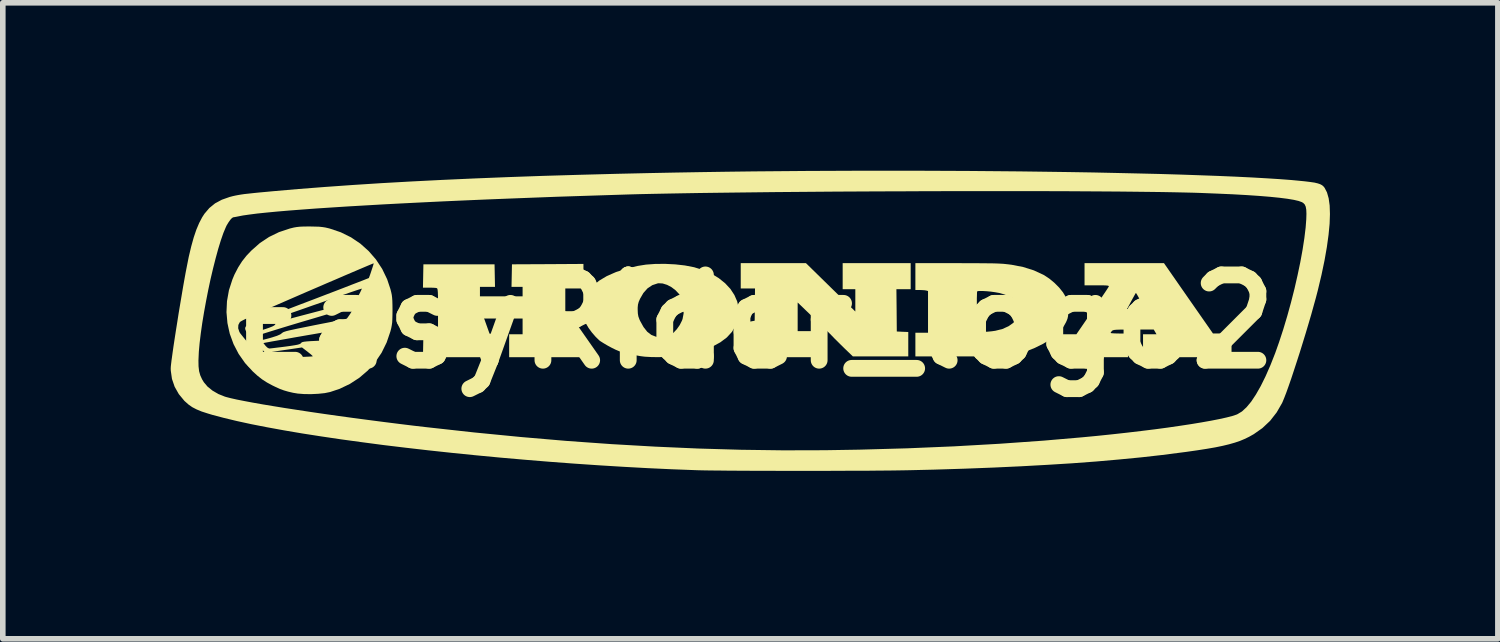
<source format=kicad_pcb>
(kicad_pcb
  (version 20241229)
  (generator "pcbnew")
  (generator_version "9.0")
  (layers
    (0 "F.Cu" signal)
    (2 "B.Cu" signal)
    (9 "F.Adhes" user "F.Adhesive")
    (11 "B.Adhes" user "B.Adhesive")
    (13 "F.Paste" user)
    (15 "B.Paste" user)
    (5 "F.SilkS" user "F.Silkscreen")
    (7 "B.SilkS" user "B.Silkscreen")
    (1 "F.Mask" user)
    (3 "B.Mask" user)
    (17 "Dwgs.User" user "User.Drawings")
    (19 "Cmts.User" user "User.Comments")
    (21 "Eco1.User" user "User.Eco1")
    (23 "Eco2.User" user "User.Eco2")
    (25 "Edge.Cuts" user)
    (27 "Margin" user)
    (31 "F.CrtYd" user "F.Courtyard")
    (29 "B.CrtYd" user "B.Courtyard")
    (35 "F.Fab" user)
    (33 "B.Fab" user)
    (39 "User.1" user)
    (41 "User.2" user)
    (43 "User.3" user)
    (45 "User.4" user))
  (footprint "EasyRider_logo2"
    (layer "F.Cu")
    (at 10.423 2.696)
    (property "Reference" "EasyRider_logo2" (at 0 0 0) (layer "F.SilkS") (effects (font (size 1.524 1.524) (thickness 0.3))))
    (attr board_only exclude_from_pos_files exclude_from_bom)
    (fp_poly (pts (xy 1.366 -0.613) (xy 1.807 -0.181) (xy 1.807 -0.579) (xy 1.581 -0.579) (xy 1.581 -1.045) (xy 2.796 -1.045) (xy 2.796 -0.579) (xy 2.541 -0.579) (xy 2.545 -0.201) (xy 2.548 0.176) (xy 2.651 0.181) (xy 2.753 0.185) (xy 2.753 0.621) (xy 1.763 0.621) (xy 1.613 0.477) (xy 1.552 0.417) (xy 1.49 0.355) (xy 1.434 0.3) (xy 1.391 0.255) (xy 1.385 0.249) (xy 1.353 0.216) (xy 1.304 0.168) (xy 1.242 0.107) (xy 1.172 0.038) (xy 1.096 -0.035) (xy 1.041 -0.088) (xy 0.777 -0.342) (xy 0.777 0.169) (xy 1.031 0.169) (xy 1.031 0.635) (xy -0.254 0.635) (xy -0.254 0.185) (xy -0.124 0.181) (xy 0.007 0.176) (xy 0.011 -0.208) (xy 0.015 -0.593) (xy -0.24 -0.593) (xy -0.24 -1.045) (xy 0.925 -1.045)) (stroke (width 0) (type solid)) (fill yes) (layer "F.SilkS"))
    (fp_poly (pts (xy -3.05 -0.593) (xy -3.374 -0.593) (xy -3.374 0.212) (xy -3.244 0.212) (xy -3.17 0.212) (xy -3.118 0.214) (xy -3.083 0.222) (xy -3.063 0.24) (xy -3.053 0.273) (xy -3.05 0.324) (xy -3.05 0.398) (xy -3.05 0.432) (xy -3.05 0.635) (xy -4.377 0.635) (xy -4.377 0.226) (xy -4.137 0.226) (xy -4.137 -0.056) (xy -4.899 -0.056) (xy -4.899 0.211) (xy -4.769 0.215) (xy -4.638 0.219) (xy -4.634 0.427) (xy -4.63 0.635) (xy -5.917 0.635) (xy -5.913 0.427) (xy -5.909 0.219) (xy -5.778 0.215) (xy -5.648 0.211) (xy -5.648 -0.19) (xy -5.648 -0.308) (xy -5.648 -0.401) (xy -5.649 -0.471) (xy -5.651 -0.523) (xy -5.654 -0.558) (xy -5.658 -0.581) (xy -5.663 -0.593) (xy -5.67 -0.598) (xy -5.67 -0.599) (xy -5.694 -0.603) (xy -5.738 -0.606) (xy -5.793 -0.607) (xy -5.804 -0.607) (xy -5.917 -0.607) (xy -5.913 -0.815) (xy -5.909 -1.024) (xy -4.638 -1.024) (xy -4.634 -0.822) (xy -4.63 -0.621) (xy -4.899 -0.621) (xy -4.899 -0.452) (xy -4.137 -0.452) (xy -4.137 -0.621) (xy -4.335 -0.621) (xy -4.331 -0.822) (xy -4.327 -1.024) (xy -3.689 -1.027) (xy -3.05 -1.031)) (stroke (width 0) (type solid)) (fill yes) (layer "F.SilkS"))
    (fp_poly (pts (xy 6.611 -1.045) (xy 7.321 -1.045) (xy 7.758 -0.417) (xy 8.196 0.211) (xy 8.362 0.212) (xy 8.528 0.212) (xy 8.528 0.635) (xy 6.947 0.635) (xy 6.947 0.226) (xy 7.188 0.226) (xy 7.138 0.141) (xy 6.776 0.141) (xy 6.665 0.141) (xy 6.579 0.142) (xy 6.514 0.143) (xy 6.467 0.145) (xy 6.435 0.148) (xy 6.414 0.153) (xy 6.4 0.159) (xy 6.391 0.167) (xy 6.391 0.167) (xy 6.373 0.19) (xy 6.368 0.202) (xy 6.381 0.206) (xy 6.417 0.209) (xy 6.469 0.211) (xy 6.523 0.212) (xy 6.678 0.212) (xy 6.678 0.635) (xy 6.088 0.635) (xy 5.961 0.635) (xy 5.843 0.635) (xy 5.738 0.634) (xy 5.647 0.632) (xy 5.573 0.631) (xy 5.521 0.629) (xy 5.492 0.627) (xy 5.488 0.626) (xy 5.484 0.609) (xy 5.481 0.569) (xy 5.479 0.512) (xy 5.478 0.443) (xy 5.478 0.421) (xy 5.478 0.226) (xy 5.756 0.226) (xy 6.044 -0.194) (xy 6.066 -0.226) (xy 6.662 -0.226) (xy 6.811 -0.226) (xy 6.872 -0.227) (xy 6.921 -0.228) (xy 6.953 -0.231) (xy 6.961 -0.233) (xy 6.955 -0.252) (xy 6.94 -0.289) (xy 6.918 -0.335) (xy 6.893 -0.386) (xy 6.867 -0.435) (xy 6.844 -0.476) (xy 6.827 -0.504) (xy 6.819 -0.512) (xy 6.808 -0.496) (xy 6.788 -0.46) (xy 6.761 -0.411) (xy 6.735 -0.364) (xy 6.662 -0.226) (xy 6.066 -0.226) (xy 6.11 -0.291) (xy 6.172 -0.381) (xy 6.226 -0.461) (xy 6.272 -0.529) (xy 6.307 -0.582) (xy 6.329 -0.617) (xy 6.337 -0.631) (xy 6.333 -0.638) (xy 6.314 -0.644) (xy 6.278 -0.647) (xy 6.221 -0.649) (xy 6.139 -0.649) (xy 6.122 -0.649) (xy 5.902 -0.649) (xy 5.902 -1.045)) (stroke (width 0) (type solid)) (fill yes) (layer "F.SilkS"))
    (fp_poly (pts (xy 3.639 -1.045) (xy 3.809 -1.044) (xy 3.954 -1.044) (xy 4.076 -1.043) (xy 4.179 -1.042) (xy 4.265 -1.041) (xy 4.337 -1.039) (xy 4.398 -1.036) (xy 4.451 -1.033) (xy 4.499 -1.028) (xy 4.544 -1.023) (xy 4.59 -1.017) (xy 4.594 -1.017) (xy 4.805 -0.976) (xy 4.996 -0.916) (xy 5.167 -0.837) (xy 5.18 -0.83) (xy 5.272 -0.769) (xy 5.363 -0.694) (xy 5.447 -0.61) (xy 5.516 -0.524) (xy 5.564 -0.445) (xy 5.587 -0.396) (xy 5.601 -0.356) (xy 5.609 -0.315) (xy 5.612 -0.264) (xy 5.612 -0.212) (xy 5.611 -0.145) (xy 5.607 -0.097) (xy 5.598 -0.056) (xy 5.582 -0.014) (xy 5.568 0.016) (xy 5.518 0.104) (xy 5.456 0.183) (xy 5.377 0.256) (xy 5.278 0.327) (xy 5.155 0.399) (xy 5.153 0.4) (xy 5.014 0.469) (xy 4.884 0.521) (xy 4.752 0.56) (xy 4.608 0.588) (xy 4.572 0.593) (xy 4.525 0.599) (xy 4.478 0.605) (xy 4.431 0.609) (xy 4.378 0.613) (xy 4.318 0.615) (xy 4.248 0.618) (xy 4.164 0.619) (xy 4.064 0.62) (xy 3.945 0.621) (xy 3.803 0.621) (xy 3.636 0.621) (xy 2.88 0.621) (xy 2.88 0.198) (xy 3.106 0.198) (xy 3.106 -0.34) (xy 3.978 -0.34) (xy 3.978 -0.249) (xy 3.978 -0.171) (xy 3.982 0.184) (xy 4.091 0.183) (xy 4.164 0.18) (xy 4.246 0.172) (xy 4.309 0.163) (xy 4.436 0.131) (xy 4.544 0.082) (xy 4.633 0.019) (xy 4.699 -0.057) (xy 4.717 -0.088) (xy 4.74 -0.162) (xy 4.738 -0.24) (xy 4.714 -0.315) (xy 4.667 -0.382) (xy 4.657 -0.391) (xy 4.608 -0.426) (xy 4.539 -0.46) (xy 4.457 -0.49) (xy 4.371 -0.514) (xy 4.367 -0.514) (xy 4.301 -0.526) (xy 4.23 -0.536) (xy 4.158 -0.543) (xy 4.091 -0.547) (xy 4.036 -0.548) (xy 3.998 -0.546) (xy 3.984 -0.54) (xy 3.981 -0.522) (xy 3.98 -0.48) (xy 3.978 -0.418) (xy 3.978 -0.34) (xy 3.106 -0.34) (xy 3.106 -0.547) (xy 3.074 -0.556) (xy 3.043 -0.561) (xy 2.995 -0.564) (xy 2.961 -0.565) (xy 2.88 -0.565) (xy 2.88 -1.045)) (stroke (width 0) (type solid)) (fill yes) (layer "F.SilkS"))
    (fp_poly (pts (xy -1.409 -1.023) (xy -1.239 -1.004) (xy -1.083 -0.974) (xy -1.073 -0.972) (xy -0.911 -0.922) (xy -0.763 -0.856) (xy -0.632 -0.777) (xy -0.519 -0.686) (xy -0.425 -0.585) (xy -0.353 -0.475) (xy -0.303 -0.36) (xy -0.277 -0.24) (xy -0.277 -0.117) (xy -0.289 -0.05) (xy -0.331 0.072) (xy -0.397 0.183) (xy -0.488 0.282) (xy -0.604 0.369) (xy -0.745 0.446) (xy -0.912 0.513) (xy -1.104 0.568) (xy -1.291 0.607) (xy -1.374 0.619) (xy -1.478 0.627) (xy -1.593 0.632) (xy -1.714 0.634) (xy -1.83 0.633) (xy -1.936 0.627) (xy -1.955 0.626) (xy -2.026 0.617) (xy -2.111 0.602) (xy -2.201 0.584) (xy -2.289 0.564) (xy -2.364 0.544) (xy -2.412 0.528) (xy -2.474 0.502) (xy -2.547 0.466) (xy -2.623 0.425) (xy -2.692 0.384) (xy -2.749 0.348) (xy -2.771 0.331) (xy -2.833 0.27) (xy -2.899 0.194) (xy -2.959 0.112) (xy -3.004 0.035) (xy -3.027 -0.012) (xy -3.042 -0.05) (xy -3.05 -0.087) (xy -3.054 -0.133) (xy -3.055 -0.198) (xy -3.055 -0.205) (xy -3.054 -0.212) (xy -2.081 -0.212) (xy -2.078 -0.146) (xy -2.069 -0.093) (xy -2.049 -0.038) (xy -2.038 -0.014) (xy -1.977 0.096) (xy -1.911 0.18) (xy -1.837 0.237) (xy -1.755 0.269) (xy -1.663 0.278) (xy -1.648 0.277) (xy -1.583 0.266) (xy -1.518 0.246) (xy -1.5 0.238) (xy -1.44 0.197) (xy -1.382 0.135) (xy -1.33 0.061) (xy -1.29 -0.018) (xy -1.279 -0.048) (xy -1.261 -0.143) (xy -1.26 -0.248) (xy -1.275 -0.35) (xy -1.299 -0.42) (xy -1.342 -0.493) (xy -1.403 -0.559) (xy -1.476 -0.615) (xy -1.555 -0.657) (xy -1.635 -0.682) (xy -1.709 -0.686) (xy -1.722 -0.684) (xy -1.819 -0.652) (xy -1.905 -0.595) (xy -1.979 -0.512) (xy -2.038 -0.41) (xy -2.063 -0.353) (xy -2.076 -0.304) (xy -2.081 -0.25) (xy -2.081 -0.212) (xy -3.054 -0.212) (xy -3.053 -0.281) (xy -3.048 -0.338) (xy -3.037 -0.387) (xy -3.022 -0.428) (xy -2.964 -0.54) (xy -2.879 -0.641) (xy -2.768 -0.733) (xy -2.631 -0.815) (xy -2.468 -0.886) (xy -2.279 -0.948) (xy -2.083 -0.995) (xy -1.932 -1.019) (xy -1.765 -1.031) (xy -1.588 -1.032)) (stroke (width 0) (type solid)) (fill yes) (layer "F.SilkS"))
    (fp_poly (pts (xy -7.935 -1.7) (xy -7.844 -1.698) (xy -7.773 -1.696) (xy -7.715 -1.69) (xy -7.662 -1.682) (xy -7.606 -1.669) (xy -7.579 -1.662) (xy -7.384 -1.596) (xy -7.202 -1.506) (xy -7.036 -1.394) (xy -6.887 -1.261) (xy -6.756 -1.11) (xy -6.645 -0.941) (xy -6.557 -0.758) (xy -6.498 -0.581) (xy -6.484 -0.526) (xy -6.474 -0.478) (xy -6.468 -0.429) (xy -6.464 -0.373) (xy -6.462 -0.302) (xy -6.461 -0.211) (xy -6.461 -0.205) (xy -6.462 -0.112) (xy -6.464 -0.041) (xy -6.467 0.016) (xy -6.474 0.065) (xy -6.483 0.114) (xy -6.497 0.169) (xy -6.499 0.176) (xy -6.566 0.373) (xy -6.656 0.556) (xy -6.769 0.723) (xy -6.902 0.873) (xy -7.054 1.003) (xy -7.223 1.113) (xy -7.407 1.201) (xy -7.575 1.257) (xy -7.672 1.277) (xy -7.788 1.289) (xy -7.913 1.295) (xy -8.037 1.294) (xy -8.153 1.285) (xy -8.238 1.271) (xy -8.327 1.25) (xy -8.402 1.228) (xy -8.473 1.202) (xy -8.552 1.166) (xy -8.606 1.14) (xy -8.704 1.087) (xy -8.791 1.031) (xy -8.876 0.964) (xy -8.957 0.89) (xy -9.095 0.74) (xy -9.21 0.576) (xy -9.301 0.401) (xy -9.368 0.217) (xy -9.39 0.119) (xy -9.218 0.119) (xy -9.197 0.182) (xy -9.184 0.205) (xy -9.162 0.233) (xy -9.126 0.278) (xy -9.08 0.334) (xy -9.026 0.398) (xy -8.984 0.447) (xy -8.82 0.635) (xy -8.666 0.635) (xy -8.728 0.566) (xy -8.748 0.544) (xy -8.624 0.544) (xy -8.618 0.556) (xy -8.599 0.581) (xy -8.587 0.595) (xy -8.545 0.642) (xy -8.219 0.634) (xy -8.126 0.631) (xy -8.042 0.629) (xy -7.973 0.626) (xy -7.921 0.623) (xy -7.892 0.621) (xy -7.886 0.619) (xy -7.893 0.609) (xy -7.919 0.585) (xy -7.958 0.554) (xy -7.979 0.537) (xy -8.078 0.461) (xy -8.349 0.501) (xy -8.433 0.513) (xy -8.507 0.524) (xy -8.566 0.534) (xy -8.606 0.54) (xy -8.624 0.544) (xy -8.624 0.544) (xy -8.748 0.544) (xy -8.759 0.531) (xy -8.805 0.48) (xy -8.859 0.421) (xy -8.894 0.383) (xy -8.767 0.383) (xy -8.729 0.432) (xy -8.699 0.462) (xy -8.67 0.478) (xy -8.662 0.48) (xy -8.639 0.478) (xy -8.594 0.473) (xy -8.53 0.465) (xy -8.454 0.456) (xy -8.375 0.446) (xy -8.281 0.433) (xy -8.211 0.422) (xy -8.162 0.413) (xy -8.129 0.404) (xy -8.108 0.395) (xy -8.097 0.385) (xy -8.096 0.384) (xy -8.085 0.372) (xy -8.066 0.364) (xy -8.036 0.358) (xy -7.989 0.353) (xy -7.92 0.348) (xy -7.896 0.347) (xy -7.794 0.342) (xy -7.716 0.337) (xy -7.658 0.332) (xy -7.615 0.325) (xy -7.585 0.315) (xy -7.563 0.301) (xy -7.544 0.282) (xy -7.525 0.257) (xy -7.513 0.239) (xy -7.484 0.194) (xy -7.47 0.166) (xy -7.473 0.155) (xy -7.49 0.158) (xy -7.531 0.164) (xy -7.593 0.175) (xy -7.672 0.188) (xy -7.765 0.205) (xy -7.869 0.223) (xy -7.981 0.242) (xy -8.095 0.262) (xy -8.211 0.282) (xy -8.322 0.302) (xy -8.428 0.321) (xy -8.523 0.338) (xy -8.604 0.352) (xy -8.669 0.364) (xy -8.713 0.372) (xy -8.729 0.375) (xy -8.767 0.383) (xy -8.894 0.383) (xy -8.917 0.358) (xy -8.941 0.332) (xy -9.001 0.266) (xy -9.008 0.258) (xy -8.845 0.258) (xy -8.831 0.284) (xy -8.809 0.309) (xy -8.786 0.323) (xy -8.78 0.324) (xy -8.758 0.321) (xy -8.715 0.31) (xy -8.659 0.295) (xy -8.611 0.281) (xy -8.524 0.253) (xy -8.465 0.227) (xy -8.436 0.205) (xy -8.426 0.197) (xy -8.411 0.188) (xy -8.387 0.179) (xy -8.352 0.168) (xy -8.303 0.156) (xy -8.238 0.142) (xy -8.155 0.124) (xy -8.05 0.103) (xy -7.921 0.077) (xy -7.857 0.064) (xy -7.736 0.04) (xy -7.622 0.018) (xy -7.52 -0.002) (xy -7.433 -0.02) (xy -7.363 -0.034) (xy -7.313 -0.044) (xy -7.287 -0.05) (xy -7.285 -0.05) (xy -7.27 -0.063) (xy -7.248 -0.094) (xy -7.22 -0.134) (xy -7.193 -0.178) (xy -7.17 -0.219) (xy -7.154 -0.25) (xy -7.151 -0.266) (xy -7.151 -0.266) (xy -7.152 -0.267) (xy -7.153 -0.268) (xy -7.158 -0.267) (xy -7.167 -0.266) (xy -7.182 -0.262) (xy -7.206 -0.255) (xy -7.24 -0.246) (xy -7.286 -0.232) (xy -7.347 -0.214) (xy -7.424 -0.192) (xy -7.519 -0.163) (xy -7.634 -0.129) (xy -7.771 -0.088) (xy -7.932 -0.04) (xy -8.041 -0.008) (xy -8.185 0.035) (xy -8.321 0.076) (xy -8.446 0.114) (xy -8.559 0.149) (xy -8.656 0.179) (xy -8.736 0.204) (xy -8.795 0.223) (xy -8.832 0.235) (xy -8.844 0.24) (xy -8.845 0.258) (xy -9.008 0.258) (xy -9.044 0.216) (xy -9.072 0.179) (xy -9.087 0.151) (xy -9.092 0.13) (xy -9.093 0.127) (xy -9.091 0.106) (xy -9.089 0.101) (xy -9.008 0.101) (xy -8.97 0.15) (xy -8.944 0.179) (xy -8.923 0.193) (xy -8.917 0.193) (xy -8.899 0.187) (xy -8.859 0.174) (xy -8.804 0.155) (xy -8.739 0.134) (xy -8.734 0.133) (xy -8.66 0.107) (xy -8.609 0.087) (xy -8.577 0.07) (xy -8.559 0.055) (xy -8.555 0.047) (xy -8.553 0.039) (xy -8.551 0.033) (xy -8.547 0.027) (xy -8.538 0.021) (xy -8.524 0.015) (xy -8.501 0.006) (xy -8.468 -0.004) (xy -8.422 -0.018) (xy -8.361 -0.034) (xy -8.284 -0.055) (xy -8.187 -0.081) (xy -8.07 -0.112) (xy -7.929 -0.149) (xy -7.781 -0.188) (xy -7.126 -0.36) (xy -7.065 -0.472) (xy -7.039 -0.522) (xy -7.02 -0.562) (xy -7.01 -0.586) (xy -7.01 -0.59) (xy -7.023 -0.586) (xy -7.062 -0.574) (xy -7.122 -0.554) (xy -7.202 -0.527) (xy -7.3 -0.493) (xy -7.413 -0.454) (xy -7.54 -0.41) (xy -7.677 -0.362) (xy -7.823 -0.311) (xy -7.867 -0.296) (xy -8.02 -0.242) (xy -8.168 -0.19) (xy -8.31 -0.141) (xy -8.442 -0.094) (xy -8.562 -0.053) (xy -8.666 -0.016) (xy -8.752 0.014) (xy -8.818 0.037) (xy -8.86 0.051) (xy -8.863 0.052) (xy -9.008 0.101) (xy -9.089 0.101) (xy -9.083 0.088) (xy -9.065 0.071) (xy -9.035 0.052) (xy -8.988 0.031) (xy -8.921 0.004) (xy -8.846 -0.026) (xy -8.777 -0.052) (xy -8.688 -0.086) (xy -8.588 -0.124) (xy -8.481 -0.165) (xy -8.377 -0.205) (xy -8.344 -0.217) (xy -8.099 -0.311) (xy -7.875 -0.396) (xy -7.672 -0.474) (xy -7.491 -0.543) (xy -7.333 -0.604) (xy -7.197 -0.657) (xy -7.085 -0.7) (xy -6.997 -0.734) (xy -6.934 -0.759) (xy -6.896 -0.774) (xy -6.884 -0.779) (xy -6.877 -0.796) (xy -6.864 -0.831) (xy -6.848 -0.878) (xy -6.831 -0.93) (xy -6.815 -0.978) (xy -6.803 -1.017) (xy -6.798 -1.039) (xy -6.798 -1.042) (xy -6.811 -1.037) (xy -6.848 -1.022) (xy -6.908 -0.997) (xy -6.988 -0.963) (xy -7.087 -0.921) (xy -7.202 -0.872) (xy -7.333 -0.816) (xy -7.476 -0.754) (xy -7.631 -0.688) (xy -7.795 -0.617) (xy -7.967 -0.543) (xy -7.979 -0.538) (xy -8.202 -0.441) (xy -8.4 -0.355) (xy -8.574 -0.279) (xy -8.724 -0.213) (xy -8.851 -0.156) (xy -8.957 -0.108) (xy -9.042 -0.069) (xy -9.107 -0.038) (xy -9.152 -0.015) (xy -9.179 0.001) (xy -9.188 0.008) (xy -9.215 0.059) (xy -9.218 0.119) (xy -9.39 0.119) (xy -9.41 0.025) (xy -9.427 -0.17) (xy -9.418 -0.366) (xy -9.383 -0.562) (xy -9.321 -0.754) (xy -9.284 -0.842) (xy -9.218 -0.969) (xy -9.148 -1.079) (xy -9.067 -1.181) (xy -8.981 -1.271) (xy -8.829 -1.405) (xy -8.666 -1.513) (xy -8.489 -1.599) (xy -8.294 -1.664) (xy -8.281 -1.667) (xy -8.225 -1.681) (xy -8.173 -1.69) (xy -8.118 -1.696) (xy -8.053 -1.699) (xy -7.969 -1.7)) (stroke (width 0) (type solid)) (fill yes) (layer "F.SilkS"))
    (fp_poly (pts (xy 2.877 -2.696) (xy 3.352 -2.694) (xy 3.823 -2.692) (xy 4.288 -2.688) (xy 4.745 -2.684) (xy 5.192 -2.678) (xy 5.63 -2.672) (xy 6.056 -2.665) (xy 6.469 -2.656) (xy 6.867 -2.647) (xy 7.25 -2.638) (xy 7.616 -2.627) (xy 7.964 -2.615) (xy 8.293 -2.603) (xy 8.6 -2.59) (xy 8.886 -2.576) (xy 9.148 -2.561) (xy 9.385 -2.546) (xy 9.596 -2.53) (xy 9.713 -2.519) (xy 9.835 -2.507) (xy 9.933 -2.495) (xy 10.009 -2.484) (xy 10.068 -2.47) (xy 10.112 -2.455) (xy 10.146 -2.437) (xy 10.172 -2.414) (xy 10.191 -2.39) (xy 10.233 -2.309) (xy 10.263 -2.204) (xy 10.281 -2.075) (xy 10.286 -1.922) (xy 10.28 -1.747) (xy 10.261 -1.55) (xy 10.231 -1.332) (xy 10.189 -1.093) (xy 10.135 -0.835) (xy 10.069 -0.558) (xy 10.067 -0.55) (xy 10.033 -0.42) (xy 9.993 -0.276) (xy 9.95 -0.121) (xy 9.902 0.042) (xy 9.852 0.21) (xy 9.8 0.379) (xy 9.748 0.547) (xy 9.695 0.711) (xy 9.644 0.867) (xy 9.596 1.013) (xy 9.55 1.145) (xy 9.509 1.26) (xy 9.472 1.356) (xy 9.442 1.429) (xy 9.431 1.454) (xy 9.334 1.622) (xy 9.217 1.772) (xy 9.079 1.902) (xy 8.921 2.013) (xy 8.916 2.015) (xy 8.84 2.058) (xy 8.761 2.096) (xy 8.678 2.131) (xy 8.586 2.162) (xy 8.484 2.191) (xy 8.368 2.219) (xy 8.237 2.246) (xy 8.086 2.272) (xy 7.913 2.299) (xy 7.717 2.327) (xy 7.647 2.336) (xy 7.29 2.382) (xy 6.917 2.424) (xy 6.526 2.462) (xy 6.117 2.498) (xy 5.689 2.53) (xy 5.239 2.558) (xy 4.768 2.584) (xy 4.273 2.607) (xy 3.754 2.627) (xy 3.208 2.644) (xy 2.781 2.654) (xy 2.676 2.656) (xy 2.548 2.658) (xy 2.399 2.66) (xy 2.232 2.661) (xy 2.05 2.663) (xy 1.854 2.664) (xy 1.647 2.664) (xy 1.432 2.665) (xy 1.211 2.666) (xy 0.987 2.666) (xy 0.762 2.666) (xy 0.539 2.666) (xy 0.32 2.665) (xy 0.107 2.665) (xy -0.097 2.664) (xy -0.289 2.663) (xy -0.468 2.662) (xy -0.63 2.66) (xy -0.773 2.659) (xy -0.895 2.657) (xy -0.993 2.655) (xy -1.052 2.653) (xy -1.476 2.637) (xy -1.906 2.617) (xy -2.341 2.593) (xy -2.78 2.566) (xy -3.22 2.536) (xy -3.66 2.503) (xy -4.099 2.467) (xy -4.535 2.429) (xy -4.967 2.388) (xy -5.393 2.345) (xy -5.811 2.3) (xy -6.22 2.253) (xy -6.619 2.205) (xy -7.005 2.154) (xy -7.378 2.103) (xy -7.736 2.05) (xy -8.076 1.997) (xy -8.399 1.942) (xy -8.701 1.887) (xy -8.982 1.832) (xy -9.24 1.776) (xy -9.473 1.72) (xy -9.681 1.665) (xy -9.754 1.643) (xy -9.869 1.606) (xy -9.961 1.568) (xy -10.038 1.528) (xy -10.104 1.482) (xy -10.167 1.426) (xy -10.18 1.414) (xy -10.279 1.294) (xy -10.353 1.163) (xy -10.401 1.023) (xy -10.422 0.875) (xy -10.423 0.834) (xy -10.421 0.797) (xy -10.414 0.736) (xy -10.409 0.693) (xy -9.928 0.693) (xy -9.926 0.799) (xy -9.916 0.886) (xy -9.895 0.96) (xy -9.863 1.03) (xy -9.831 1.083) (xy -9.765 1.161) (xy -9.677 1.232) (xy -9.572 1.293) (xy -9.455 1.34) (xy -9.431 1.347) (xy -9.349 1.368) (xy -9.242 1.392) (xy -9.11 1.418) (xy -8.956 1.447) (xy -8.781 1.478) (xy -8.588 1.51) (xy -8.379 1.544) (xy -8.156 1.578) (xy -7.92 1.614) (xy -7.673 1.65) (xy -7.418 1.686) (xy -7.156 1.722) (xy -6.89 1.757) (xy -6.621 1.792) (xy -6.351 1.826) (xy -6.082 1.859) (xy -5.866 1.884) (xy -5.006 1.979) (xy -4.168 2.061) (xy -3.351 2.131) (xy -2.551 2.188) (xy -1.767 2.233) (xy -0.996 2.267) (xy -0.235 2.289) (xy 0.517 2.299) (xy 1.264 2.297) (xy 1.878 2.287) (xy 2.736 2.263) (xy 3.569 2.228) (xy 4.379 2.182) (xy 5.168 2.126) (xy 5.852 2.067) (xy 6.125 2.041) (xy 6.394 2.013) (xy 6.656 1.984) (xy 6.91 1.954) (xy 7.154 1.924) (xy 7.386 1.893) (xy 7.606 1.861) (xy 7.81 1.83) (xy 7.997 1.799) (xy 8.165 1.769) (xy 8.313 1.74) (xy 8.439 1.712) (xy 8.54 1.686) (xy 8.616 1.661) (xy 8.636 1.652) (xy 8.715 1.604) (xy 8.796 1.529) (xy 8.88 1.428) (xy 8.964 1.301) (xy 9.05 1.15) (xy 9.136 0.976) (xy 9.222 0.78) (xy 9.308 0.562) (xy 9.377 0.367) (xy 9.452 0.138) (xy 9.523 -0.099) (xy 9.59 -0.342) (xy 9.652 -0.586) (xy 9.707 -0.827) (xy 9.756 -1.06) (xy 9.797 -1.284) (xy 9.829 -1.492) (xy 9.852 -1.682) (xy 9.863 -1.828) (xy 9.866 -1.926) (xy 9.863 -2) (xy 9.853 -2.055) (xy 9.835 -2.094) (xy 9.808 -2.121) (xy 9.784 -2.135) (xy 9.726 -2.156) (xy 9.64 -2.176) (xy 9.526 -2.195) (xy 9.385 -2.213) (xy 9.217 -2.23) (xy 9.022 -2.246) (xy 8.8 -2.261) (xy 8.552 -2.275) (xy 8.278 -2.287) (xy 7.978 -2.299) (xy 7.857 -2.303) (xy 7.694 -2.307) (xy 7.505 -2.311) (xy 7.291 -2.315) (xy 7.053 -2.318) (xy 6.794 -2.321) (xy 6.515 -2.324) (xy 6.218 -2.326) (xy 5.905 -2.328) (xy 5.576 -2.33) (xy 5.234 -2.331) (xy 4.881 -2.331) (xy 4.518 -2.332) (xy 4.147 -2.332) (xy 3.769 -2.331) (xy 3.386 -2.331) (xy 3 -2.33) (xy 2.613 -2.328) (xy 2.226 -2.327) (xy 1.841 -2.325) (xy 1.459 -2.323) (xy 1.082 -2.32) (xy 0.712 -2.317) (xy 0.351 -2.314) (xy -0.000216 -2.31) (xy -0.339 -2.306) (xy -0.665 -2.302) (xy -0.976 -2.298) (xy -1.269 -2.293) (xy -1.545 -2.288) (xy -1.8 -2.283) (xy -2.033 -2.278) (xy -2.217 -2.273) (xy -2.658 -2.259) (xy -3.094 -2.245) (xy -3.525 -2.231) (xy -3.948 -2.215) (xy -4.363 -2.199) (xy -4.769 -2.183) (xy -5.164 -2.166) (xy -5.548 -2.149) (xy -5.92 -2.131) (xy -6.278 -2.113) (xy -6.621 -2.095) (xy -6.949 -2.076) (xy -7.26 -2.058) (xy -7.554 -2.039) (xy -7.828 -2.021) (xy -8.083 -2.002) (xy -8.316 -1.984) (xy -8.528 -1.966) (xy -8.716 -1.948) (xy -8.88 -1.931) (xy -9.019 -1.913) (xy -9.131 -1.897) (xy -9.198 -1.884) (xy -9.248 -1.874) (xy -9.287 -1.867) (xy -9.306 -1.864) (xy -9.306 -1.864) (xy -9.328 -1.852) (xy -9.358 -1.82) (xy -9.39 -1.775) (xy -9.423 -1.721) (xy -9.439 -1.687) (xy -9.483 -1.582) (xy -9.528 -1.452) (xy -9.574 -1.302) (xy -9.62 -1.134) (xy -9.666 -0.953) (xy -9.711 -0.762) (xy -9.753 -0.565) (xy -9.792 -0.366) (xy -9.828 -0.168) (xy -9.86 0.026) (xy -9.886 0.21) (xy -9.907 0.383) (xy -9.921 0.539) (xy -9.927 0.676) (xy -9.928 0.693) (xy -10.409 0.693) (xy -10.403 0.652) (xy -10.389 0.549) (xy -10.372 0.431) (xy -10.352 0.299) (xy -10.33 0.157) (xy -10.306 0.007) (xy -10.282 -0.147) (xy -10.256 -0.302) (xy -10.23 -0.456) (xy -10.205 -0.605) (xy -10.18 -0.747) (xy -10.156 -0.879) (xy -10.143 -0.946) (xy -10.101 -1.158) (xy -10.057 -1.343) (xy -10.012 -1.505) (xy -9.965 -1.644) (xy -9.914 -1.764) (xy -9.861 -1.865) (xy -9.82 -1.928) (xy -9.733 -2.03) (xy -9.631 -2.113) (xy -9.51 -2.178) (xy -9.368 -2.228) (xy -9.359 -2.23) (xy -9.314 -2.242) (xy -9.269 -2.252) (xy -9.222 -2.261) (xy -9.169 -2.27) (xy -9.108 -2.279) (xy -9.033 -2.287) (xy -8.942 -2.297) (xy -8.833 -2.308) (xy -8.7 -2.32) (xy -8.606 -2.329) (xy -8.146 -2.369) (xy -7.669 -2.406) (xy -7.175 -2.441) (xy -6.661 -2.474) (xy -6.128 -2.504) (xy -5.573 -2.532) (xy -4.997 -2.558) (xy -4.397 -2.582) (xy -3.773 -2.604) (xy -3.124 -2.623) (xy -2.448 -2.641) (xy -1.871 -2.654) (xy -1.417 -2.663) (xy -0.955 -2.671) (xy -0.486 -2.678) (xy -0.011 -2.684) (xy 0.467 -2.688) (xy 0.949 -2.692) (xy 1.432 -2.694) (xy 1.915 -2.696) (xy 2.397 -2.696)) (stroke (width 0) (type solid)) (fill yes) (layer "F.SilkS")))
  (gr_rect
    (start -3 -3)
    (end 23.709 8.362)
    (stroke (width 0.1) (type default))
    (fill no)
    (layer "Edge.Cuts")))
</source>
